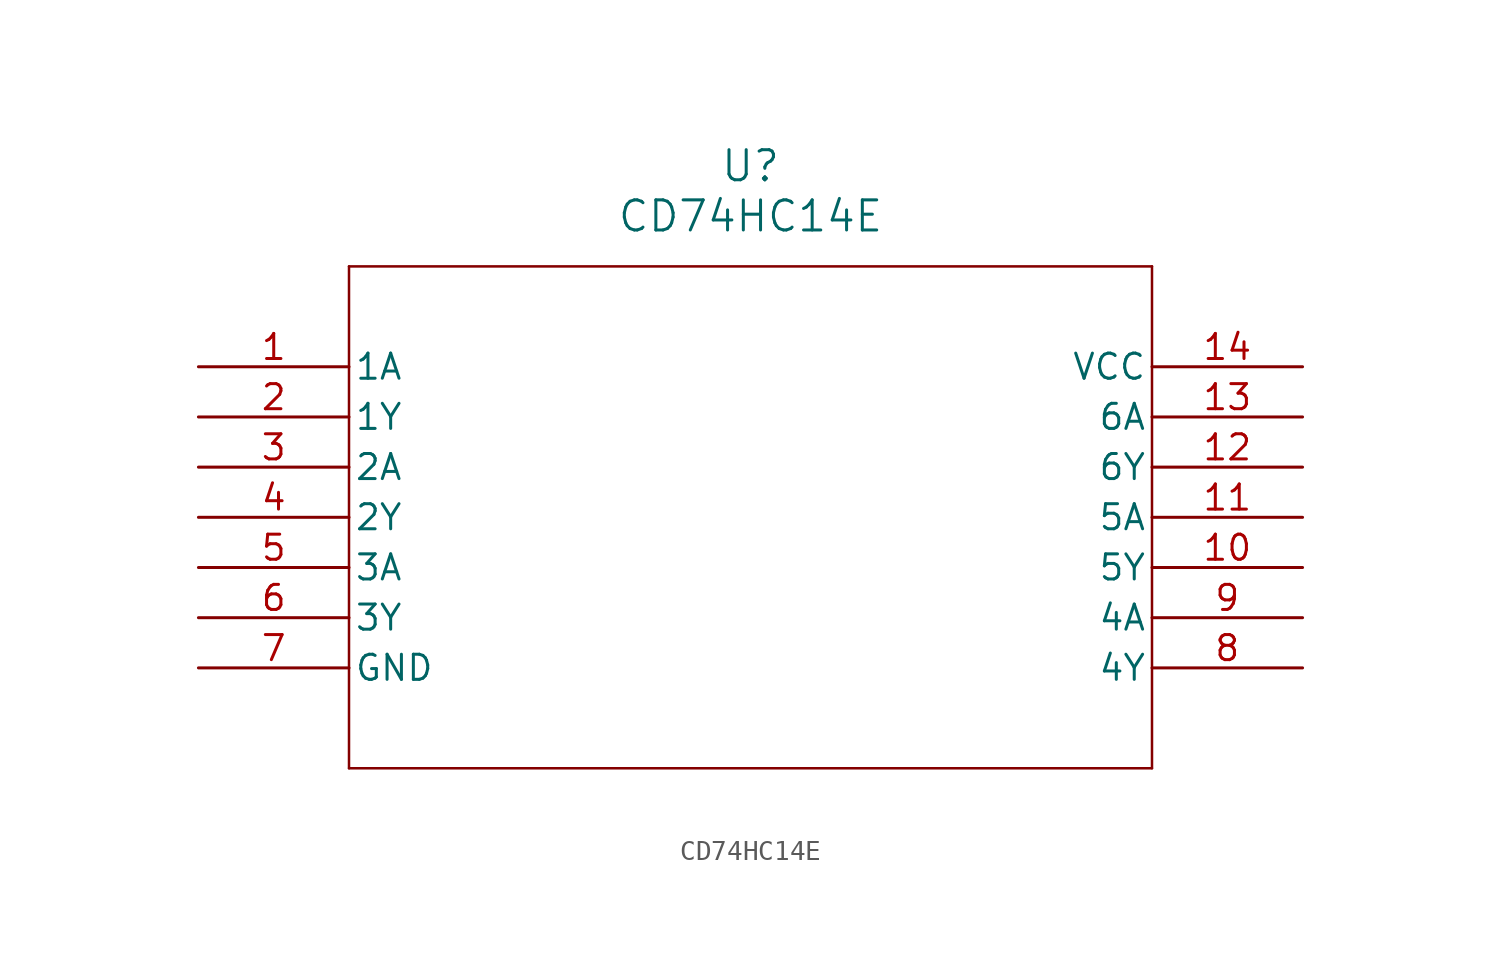
<source format=kicad_sym>
(kicad_symbol_lib
  (version 20220914)
  (generator kicad_symbol_editor)
  (symbol "CD74HC14E"
    (pin_names
      (offset 0.254))
    (property "Reference" "U"
      (at 27.94 10.16 0)
      (effects (font (size 1.524 1.524))))
    (property "Value" "CD74HC14E"
      (at 27.94 7.62 0)
      (effects (font (size 1.524 1.524))))
    (property "ki_locked" ""
      (at 0 0 0)
      (effects (font (size 1.27 1.27))))
    (symbol "CD74HC14E_0_1"
      (polyline (pts (xy 7.62 -20.32) (xy 48.26 -20.32)) (stroke (width 0.127) (type default)) (fill (type none)))
      (polyline (pts (xy 7.62 5.08) (xy 7.62 -20.32)) (stroke (width 0.127) (type default)) (fill (type none)))
      (polyline (pts (xy 48.26 -20.32) (xy 48.26 5.08)) (stroke (width 0.127) (type default)) (fill (type none)))
      (polyline (pts (xy 48.26 5.08) (xy 7.62 5.08)) (stroke (width 0.127) (type default)) (fill (type none)))
      (pin input line (at 0 0 0) (length 7.62) (name "1A" (effects (font (size 1.27 1.27)))) (number "1" (effects (font (size 1.27 1.27)))))
      (pin output line (at 55.88 -10.16 180) (length 7.62) (name "5Y" (effects (font (size 1.27 1.27)))) (number "10" (effects (font (size 1.27 1.27)))))
      (pin input line (at 55.88 -7.62 180) (length 7.62) (name "5A" (effects (font (size 1.27 1.27)))) (number "11" (effects (font (size 1.27 1.27)))))
      (pin output line (at 55.88 -5.08 180) (length 7.62) (name "6Y" (effects (font (size 1.27 1.27)))) (number "12" (effects (font (size 1.27 1.27)))))
      (pin input line (at 55.88 -2.54 180) (length 7.62) (name "6A" (effects (font (size 1.27 1.27)))) (number "13" (effects (font (size 1.27 1.27)))))
      (pin power_in line (at 55.88 0 180) (length 7.62) (name "VCC" (effects (font (size 1.27 1.27)))) (number "14" (effects (font (size 1.27 1.27)))))
      (pin output line (at 0 -2.54 0) (length 7.62) (name "1Y" (effects (font (size 1.27 1.27)))) (number "2" (effects (font (size 1.27 1.27)))))
      (pin input line (at 0 -5.08 0) (length 7.62) (name "2A" (effects (font (size 1.27 1.27)))) (number "3" (effects (font (size 1.27 1.27)))))
      (pin output line (at 0 -7.62 0) (length 7.62) (name "2Y" (effects (font (size 1.27 1.27)))) (number "4" (effects (font (size 1.27 1.27)))))
      (pin input line (at 0 -10.16 0) (length 7.62) (name "3A" (effects (font (size 1.27 1.27)))) (number "5" (effects (font (size 1.27 1.27)))))
      (pin output line (at 0 -12.7 0) (length 7.62) (name "3Y" (effects (font (size 1.27 1.27)))) (number "6" (effects (font (size 1.27 1.27)))))
      (pin power_in line (at 0 -15.24 0) (length 7.62) (name "GND" (effects (font (size 1.27 1.27)))) (number "7" (effects (font (size 1.27 1.27)))))
      (pin output line (at 55.88 -15.24 180) (length 7.62) (name "4Y" (effects (font (size 1.27 1.27)))) (number "8" (effects (font (size 1.27 1.27)))))
      (pin input line (at 55.88 -12.7 180) (length 7.62) (name "4A" (effects (font (size 1.27 1.27)))) (number "9" (effects (font (size 1.27 1.27))))))))
</source>
